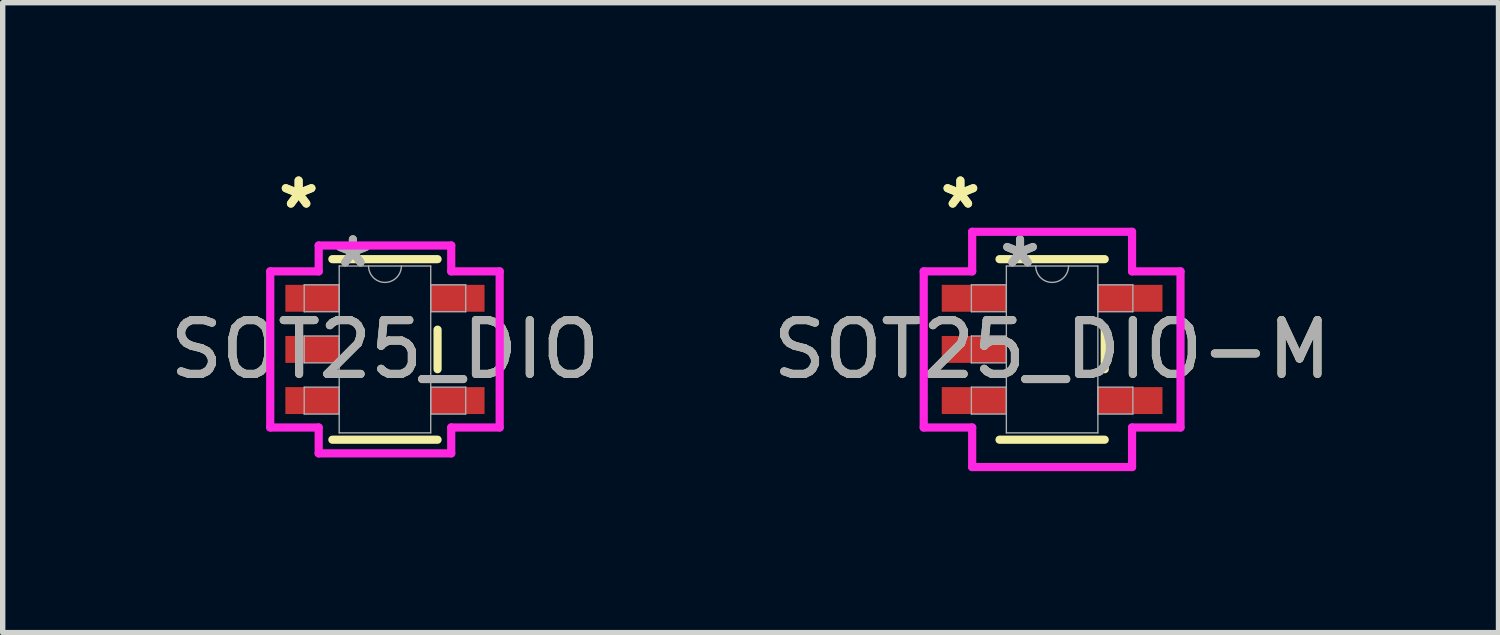
<source format=kicad_pcb>
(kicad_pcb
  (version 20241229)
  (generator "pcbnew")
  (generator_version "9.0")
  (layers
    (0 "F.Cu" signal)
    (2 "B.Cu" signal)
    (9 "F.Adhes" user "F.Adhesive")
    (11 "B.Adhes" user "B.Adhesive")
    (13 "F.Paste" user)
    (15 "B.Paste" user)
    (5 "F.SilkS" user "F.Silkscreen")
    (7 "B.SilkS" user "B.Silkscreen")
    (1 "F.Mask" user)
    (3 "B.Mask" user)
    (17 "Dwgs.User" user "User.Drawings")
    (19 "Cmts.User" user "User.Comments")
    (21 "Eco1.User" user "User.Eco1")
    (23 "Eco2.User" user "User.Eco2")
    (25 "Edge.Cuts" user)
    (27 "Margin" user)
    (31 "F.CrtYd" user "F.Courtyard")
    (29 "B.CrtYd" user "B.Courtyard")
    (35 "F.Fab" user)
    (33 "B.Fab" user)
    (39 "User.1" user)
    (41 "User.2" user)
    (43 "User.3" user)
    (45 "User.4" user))
  (footprint "SOT25_DIO"
    (layer "F.Cu")
    (at 4.101 3.441)
    (property "Reference" "SOT25_DIO" (at 0 0 0) (unlocked yes) (layer "F.SilkS") (effects (font (size 1 1) (thickness 0.15))))
    (attr smd)
    (fp_line (start -0.977 1.677) (end 0.977 1.677) (stroke (width 0.152) (type solid)) (layer "F.SilkS"))
    (fp_line (start 0.977 -1.677) (end -0.977 -1.677) (stroke (width 0.152) (type solid)) (layer "F.SilkS"))
    (fp_line (start 0.977 0.367) (end 0.977 -0.367) (stroke (width 0.152) (type solid)) (layer "F.SilkS"))
    (fp_line (start -2.131 -1.45) (end -1.231 -1.45) (stroke (width 0.152) (type solid)) (layer "F.CrtYd"))
    (fp_line (start -2.131 1.45) (end -2.131 -1.45) (stroke (width 0.152) (type solid)) (layer "F.CrtYd"))
    (fp_line (start -1.231 -1.931) (end 1.231 -1.931) (stroke (width 0.152) (type solid)) (layer "F.CrtYd"))
    (fp_line (start -1.231 -1.45) (end -1.231 -1.931) (stroke (width 0.152) (type solid)) (layer "F.CrtYd"))
    (fp_line (start -1.231 1.45) (end -2.131 1.45) (stroke (width 0.152) (type solid)) (layer "F.CrtYd"))
    (fp_line (start -1.231 1.931) (end -1.231 1.45) (stroke (width 0.152) (type solid)) (layer "F.CrtYd"))
    (fp_line (start 1.231 -1.931) (end 1.231 -1.45) (stroke (width 0.152) (type solid)) (layer "F.CrtYd"))
    (fp_line (start 1.231 -1.45) (end 2.131 -1.45) (stroke (width 0.152) (type solid)) (layer "F.CrtYd"))
    (fp_line (start 1.231 1.45) (end 1.231 1.931) (stroke (width 0.152) (type solid)) (layer "F.CrtYd"))
    (fp_line (start 1.231 1.931) (end -1.231 1.931) (stroke (width 0.152) (type solid)) (layer "F.CrtYd"))
    (fp_line (start 2.131 -1.45) (end 2.131 1.45) (stroke (width 0.152) (type solid)) (layer "F.CrtYd"))
    (fp_line (start 2.131 1.45) (end 1.231 1.45) (stroke (width 0.152) (type solid)) (layer "F.CrtYd"))
    (fp_line (start -1.5 -1.2) (end -1.5 -0.7) (stroke (width 0.025) (type solid)) (layer "F.Fab"))
    (fp_line (start -1.5 -0.7) (end -0.85 -0.7) (stroke (width 0.025) (type solid)) (layer "F.Fab"))
    (fp_line (start -1.5 -0.25) (end -1.5 0.25) (stroke (width 0.025) (type solid)) (layer "F.Fab"))
    (fp_line (start -1.5 0.25) (end -0.85 0.25) (stroke (width 0.025) (type solid)) (layer "F.Fab"))
    (fp_line (start -1.5 0.7) (end -1.5 1.2) (stroke (width 0.025) (type solid)) (layer "F.Fab"))
    (fp_line (start -1.5 1.2) (end -0.85 1.2) (stroke (width 0.025) (type solid)) (layer "F.Fab"))
    (fp_line (start -0.85 -1.55) (end -0.85 1.55) (stroke (width 0.025) (type solid)) (layer "F.Fab"))
    (fp_line (start -0.85 -1.2) (end -1.5 -1.2) (stroke (width 0.025) (type solid)) (layer "F.Fab"))
    (fp_line (start -0.85 -0.7) (end -0.85 -1.2) (stroke (width 0.025) (type solid)) (layer "F.Fab"))
    (fp_line (start -0.85 -0.25) (end -1.5 -0.25) (stroke (width 0.025) (type solid)) (layer "F.Fab"))
    (fp_line (start -0.85 0.25) (end -0.85 -0.25) (stroke (width 0.025) (type solid)) (layer "F.Fab"))
    (fp_line (start -0.85 0.7) (end -1.5 0.7) (stroke (width 0.025) (type solid)) (layer "F.Fab"))
    (fp_line (start -0.85 1.2) (end -0.85 0.7) (stroke (width 0.025) (type solid)) (layer "F.Fab"))
    (fp_line (start -0.85 1.55) (end 0.85 1.55) (stroke (width 0.025) (type solid)) (layer "F.Fab"))
    (fp_line (start 0.85 -1.55) (end -0.85 -1.55) (stroke (width 0.025) (type solid)) (layer "F.Fab"))
    (fp_line (start 0.85 -1.2) (end 0.85 -0.7) (stroke (width 0.025) (type solid)) (layer "F.Fab"))
    (fp_line (start 0.85 -0.7) (end 1.5 -0.7) (stroke (width 0.025) (type solid)) (layer "F.Fab"))
    (fp_line (start 0.85 0.7) (end 0.85 1.2) (stroke (width 0.025) (type solid)) (layer "F.Fab"))
    (fp_line (start 0.85 1.2) (end 1.5 1.2) (stroke (width 0.025) (type solid)) (layer "F.Fab"))
    (fp_line (start 0.85 1.55) (end 0.85 -1.55) (stroke (width 0.025) (type solid)) (layer "F.Fab"))
    (fp_line (start 1.5 -1.2) (end 0.85 -1.2) (stroke (width 0.025) (type solid)) (layer "F.Fab"))
    (fp_line (start 1.5 -0.7) (end 1.5 -1.2) (stroke (width 0.025) (type solid)) (layer "F.Fab"))
    (fp_line (start 1.5 0.7) (end 0.85 0.7) (stroke (width 0.025) (type solid)) (layer "F.Fab"))
    (fp_line (start 1.5 1.2) (end 1.5 0.7) (stroke (width 0.025) (type solid)) (layer "F.Fab"))
    (fp_arc (start 0.3048 -1.549999) (mid 0 -1.245199) (end -0.3048 -1.549999) (stroke (width 0.0254) (type solid)) (layer "F.Fab"))
    (fp_text user "*" (at -1.604 -2.593 0) (layer "F.SilkS") (effects (font (size 1 1) (thickness 0.15))))
    (fp_text user "*" (at -1.604 -2.593 0) (unlocked yes) (layer "F.SilkS") (effects (font (size 1 1) (thickness 0.15))))
    (fp_text user "*" (at -0.596 -1.501 0) (layer "F.Fab") (effects (font (size 1 1) (thickness 0.15))))
    (fp_text user "*" (at -0.596 -1.501 0) (unlocked yes) (layer "F.Fab") (effects (font (size 1 1) (thickness 0.15))))
    (fp_text user "${REFERENCE}" (at 0 0 0) (unlocked yes) (layer "F.Fab") (effects (font (size 1 1) (thickness 0.15))))
    (pad "1" smd rect (at -1.35 -0.95) (size 1 0.5) (layers "F.Cu" "F.Mask" "F.Paste"))
    (pad "2" smd rect (at -1.35 0) (size 1 0.5) (layers "F.Cu" "F.Mask" "F.Paste"))
    (pad "3" smd rect (at -1.35 0.95) (size 1 0.5) (layers "F.Cu" "F.Mask" "F.Paste"))
    (pad "4" smd rect (at 1.35 0.95) (size 1 0.5) (layers "F.Cu" "F.Mask" "F.Paste"))
    (pad "5" smd rect (at 1.35 -0.95) (size 1 0.5) (layers "F.Cu" "F.Mask" "F.Paste")))
  (footprint "SOT25_DIO-M"
    (layer "F.Cu")
    (at 16.494 3.441)
    (property "Reference" "SOT25_DIO-M" (at 0 0 0) (unlocked yes) (layer "F.SilkS") (effects (font (size 1 1) (thickness 0.15))))
    (attr smd)
    (fp_line (start -0.977 1.677) (end 0.977 1.677) (stroke (width 0.152) (type solid)) (layer "F.SilkS"))
    (fp_line (start 0.977 -1.677) (end -0.977 -1.677) (stroke (width 0.152) (type solid)) (layer "F.SilkS"))
    (fp_line (start 0.977 0.367) (end 0.977 -0.367) (stroke (width 0.152) (type solid)) (layer "F.SilkS"))
    (fp_line (start -2.385 -1.45) (end -1.485 -1.45) (stroke (width 0.152) (type solid)) (layer "F.CrtYd"))
    (fp_line (start -2.385 1.45) (end -2.385 -1.45) (stroke (width 0.152) (type solid)) (layer "F.CrtYd"))
    (fp_line (start -1.485 -2.185) (end 1.485 -2.185) (stroke (width 0.152) (type solid)) (layer "F.CrtYd"))
    (fp_line (start -1.485 -1.45) (end -1.485 -2.185) (stroke (width 0.152) (type solid)) (layer "F.CrtYd"))
    (fp_line (start -1.485 1.45) (end -2.385 1.45) (stroke (width 0.152) (type solid)) (layer "F.CrtYd"))
    (fp_line (start -1.485 2.185) (end -1.485 1.45) (stroke (width 0.152) (type solid)) (layer "F.CrtYd"))
    (fp_line (start 1.485 -2.185) (end 1.485 -1.45) (stroke (width 0.152) (type solid)) (layer "F.CrtYd"))
    (fp_line (start 1.485 -1.45) (end 2.385 -1.45) (stroke (width 0.152) (type solid)) (layer "F.CrtYd"))
    (fp_line (start 1.485 1.45) (end 1.485 2.185) (stroke (width 0.152) (type solid)) (layer "F.CrtYd"))
    (fp_line (start 1.485 2.185) (end -1.485 2.185) (stroke (width 0.152) (type solid)) (layer "F.CrtYd"))
    (fp_line (start 2.385 -1.45) (end 2.385 1.45) (stroke (width 0.152) (type solid)) (layer "F.CrtYd"))
    (fp_line (start 2.385 1.45) (end 1.485 1.45) (stroke (width 0.152) (type solid)) (layer "F.CrtYd"))
    (fp_line (start -1.5 -1.2) (end -1.5 -0.7) (stroke (width 0.025) (type solid)) (layer "F.Fab"))
    (fp_line (start -1.5 -0.7) (end -0.85 -0.7) (stroke (width 0.025) (type solid)) (layer "F.Fab"))
    (fp_line (start -1.5 -0.25) (end -1.5 0.25) (stroke (width 0.025) (type solid)) (layer "F.Fab"))
    (fp_line (start -1.5 0.25) (end -0.85 0.25) (stroke (width 0.025) (type solid)) (layer "F.Fab"))
    (fp_line (start -1.5 0.7) (end -1.5 1.2) (stroke (width 0.025) (type solid)) (layer "F.Fab"))
    (fp_line (start -1.5 1.2) (end -0.85 1.2) (stroke (width 0.025) (type solid)) (layer "F.Fab"))
    (fp_line (start -0.85 -1.55) (end -0.85 1.55) (stroke (width 0.025) (type solid)) (layer "F.Fab"))
    (fp_line (start -0.85 -1.2) (end -1.5 -1.2) (stroke (width 0.025) (type solid)) (layer "F.Fab"))
    (fp_line (start -0.85 -0.7) (end -0.85 -1.2) (stroke (width 0.025) (type solid)) (layer "F.Fab"))
    (fp_line (start -0.85 -0.25) (end -1.5 -0.25) (stroke (width 0.025) (type solid)) (layer "F.Fab"))
    (fp_line (start -0.85 0.25) (end -0.85 -0.25) (stroke (width 0.025) (type solid)) (layer "F.Fab"))
    (fp_line (start -0.85 0.7) (end -1.5 0.7) (stroke (width 0.025) (type solid)) (layer "F.Fab"))
    (fp_line (start -0.85 1.2) (end -0.85 0.7) (stroke (width 0.025) (type solid)) (layer "F.Fab"))
    (fp_line (start -0.85 1.55) (end 0.85 1.55) (stroke (width 0.025) (type solid)) (layer "F.Fab"))
    (fp_line (start 0.85 -1.55) (end -0.85 -1.55) (stroke (width 0.025) (type solid)) (layer "F.Fab"))
    (fp_line (start 0.85 -1.2) (end 0.85 -0.7) (stroke (width 0.025) (type solid)) (layer "F.Fab"))
    (fp_line (start 0.85 -0.7) (end 1.5 -0.7) (stroke (width 0.025) (type solid)) (layer "F.Fab"))
    (fp_line (start 0.85 0.7) (end 0.85 1.2) (stroke (width 0.025) (type solid)) (layer "F.Fab"))
    (fp_line (start 0.85 1.2) (end 1.5 1.2) (stroke (width 0.025) (type solid)) (layer "F.Fab"))
    (fp_line (start 0.85 1.55) (end 0.85 -1.55) (stroke (width 0.025) (type solid)) (layer "F.Fab"))
    (fp_line (start 1.5 -1.2) (end 0.85 -1.2) (stroke (width 0.025) (type solid)) (layer "F.Fab"))
    (fp_line (start 1.5 -0.7) (end 1.5 -1.2) (stroke (width 0.025) (type solid)) (layer "F.Fab"))
    (fp_line (start 1.5 0.7) (end 0.85 0.7) (stroke (width 0.025) (type solid)) (layer "F.Fab"))
    (fp_line (start 1.5 1.2) (end 1.5 0.7) (stroke (width 0.025) (type solid)) (layer "F.Fab"))
    (fp_arc (start 0.3048 -1.549999) (mid 0 -1.245199) (end -0.3048 -1.549999) (stroke (width 0.0254) (type solid)) (layer "F.Fab"))
    (fp_text user "*" (at -1.704 -2.593 0) (layer "F.SilkS") (effects (font (size 1 1) (thickness 0.15))))
    (fp_text user "*" (at -1.704 -2.593 0) (unlocked yes) (layer "F.SilkS") (effects (font (size 1 1) (thickness 0.15))))
    (fp_text user "*" (at -0.596 -1.501 0) (layer "F.Fab") (effects (font (size 1 1) (thickness 0.15))))
    (fp_text user "${REFERENCE}" (at 0 0 0) (unlocked yes) (layer "F.Fab") (effects (font (size 1 1) (thickness 0.15))))
    (fp_text user "*" (at -0.596 -1.501 0) (unlocked yes) (layer "F.Fab") (effects (font (size 1 1) (thickness 0.15))))
    (pad "1" smd rect (at -1.45 -0.95) (size 1.2 0.5) (layers "F.Cu" "F.Mask" "F.Paste"))
    (pad "2" smd rect (at -1.45 0) (size 1.2 0.5) (layers "F.Cu" "F.Mask" "F.Paste"))
    (pad "3" smd rect (at -1.45 0.95) (size 1.2 0.5) (layers "F.Cu" "F.Mask" "F.Paste"))
    (pad "4" smd rect (at 1.45 0.95) (size 1.2 0.5) (layers "F.Cu" "F.Mask" "F.Paste"))
    (pad "5" smd rect (at 1.45 -0.95) (size 1.2 0.5) (layers "F.Cu" "F.Mask" "F.Paste")))
  (gr_rect
    (start -3 -3)
    (end 24.786 8.702)
    (stroke (width 0.1) (type default))
    (fill no)
    (layer "Edge.Cuts")))
</source>
